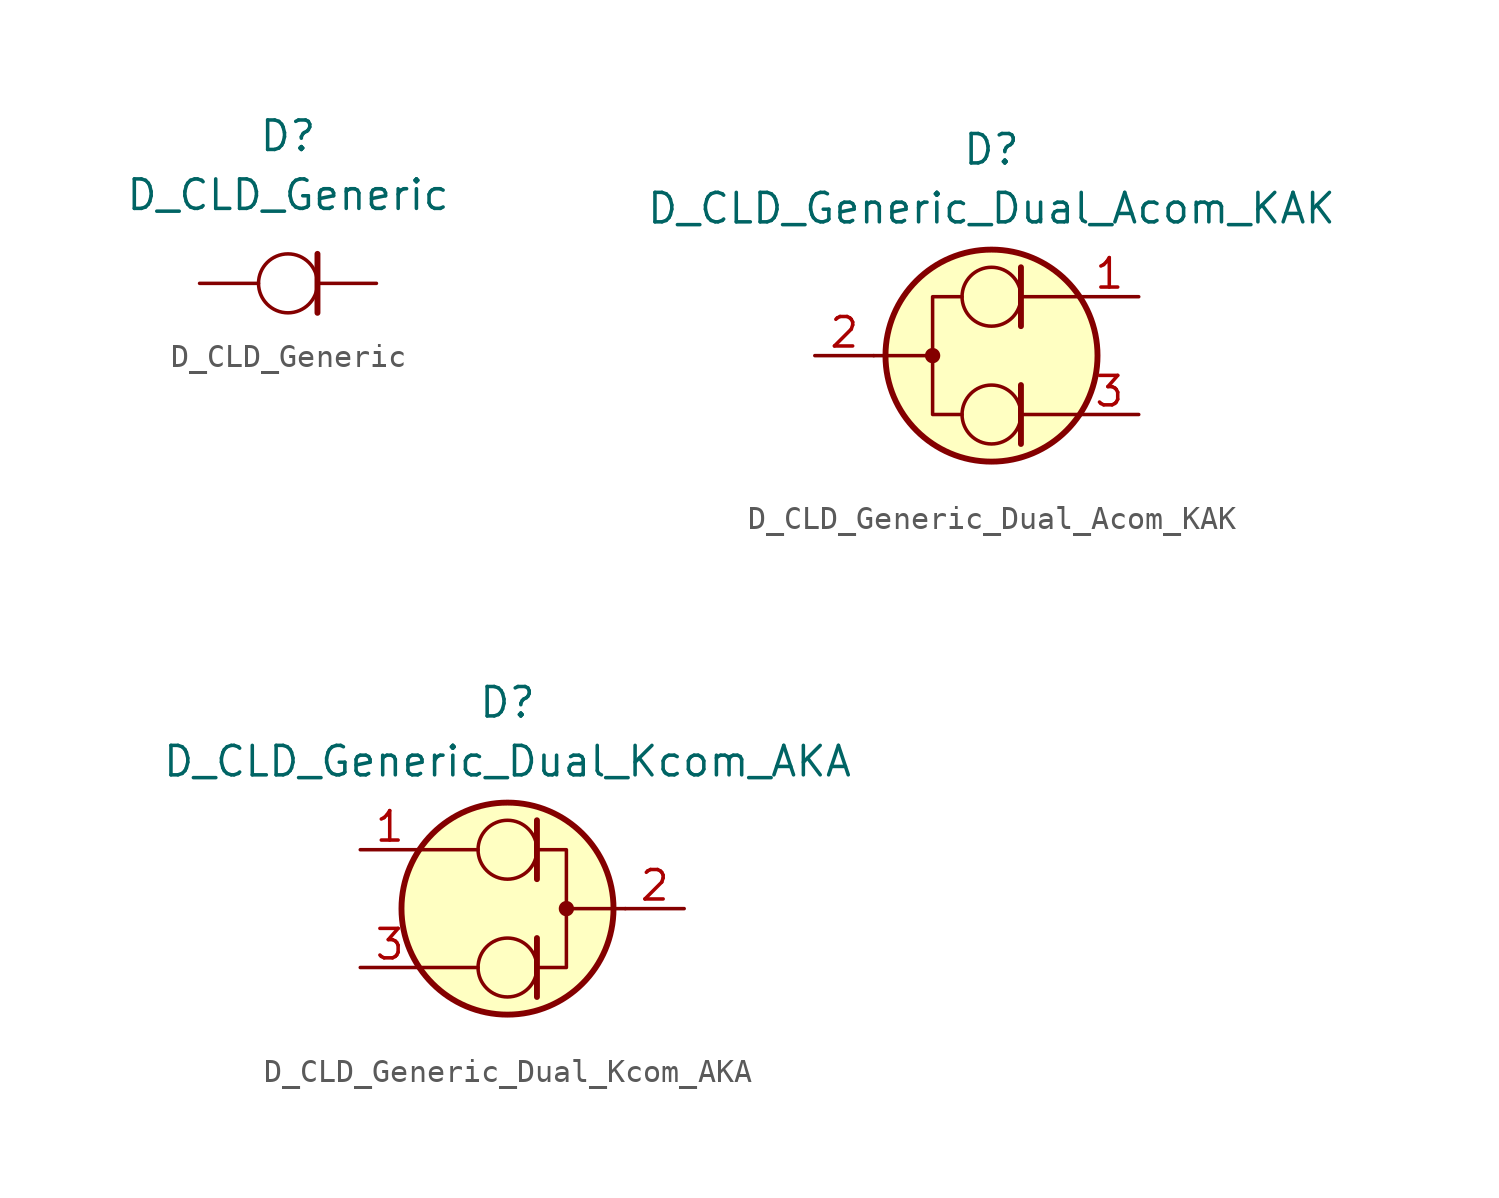
<source format=kicad_sym>
(kicad_symbol_lib
  (version 20201005)
  (generator kicad_symbol_editor)
  (symbol "Diode_Current_Limiting_AKL:D_CLD_Generic"
    (pin_numbers hide)
    (pin_names hide)
    (property "Reference" "D"
      (at 0 6.35 0)
      (effects (font (size 1.27 1.27))))
    (property "Value" "D_CLD_Generic"
      (at 0 3.81 0)
      (effects (font (size 1.27 1.27))))
    (symbol "D_CLD_Generic_0_1"
      (circle (center 0 0) (radius 1.27) (stroke (width 0.152)) (fill (type none)))
      (polyline (pts (xy 1.27 1.27) (xy 1.27 -1.27)) (stroke (width 0.254)) (fill (type none))))
    (symbol "D_CLD_Generic_1_1"
      (pin passive line (at 3.81 0 180) (length 2.54) (name "K" (effects (font (size 1.27 1.27)))) (number "1" (effects (font (size 1.27 1.27)))))
      (pin passive line (at -3.81 0 0) (length 2.54) (name "A" (effects (font (size 1.27 1.27)))) (number "2" (effects (font (size 1.27 1.27)))))))
  (symbol "Diode_Current_Limiting_AKL:D_CLD_Generic_Dual_Acom_KAK"
    (pin_names
      (offset 1.016) hide)
    (property "Reference" "D"
      (at 0 8.89 0)
      (effects (font (size 1.27 1.27))))
    (property "Value" "D_CLD_Generic_Dual_Acom_KAK"
      (at 0 6.35 0)
      (effects (font (size 1.27 1.27))))
    (symbol "D_CLD_Generic_Dual_Acom_KAK_0_1"
      (circle (center 0 -2.54) (radius 1.27) (stroke (width 0.152)) (fill (type none)))
      (circle (center 0 2.54) (radius 1.27) (stroke (width 0.152)) (fill (type none)))
      (circle (center -2.54 0) (radius 0.254) (stroke (width 0)) (fill (type outline)))
      (circle (center 0 0) (radius 4.572) (stroke (width 0.254)) (fill (type background)))
      (polyline (pts (xy -5.08 0) (xy -2.54 0)) (stroke (width 0)) (fill (type none)))
      (polyline (pts (xy 1.27 -2.54) (xy 3.81 -2.54)) (stroke (width 0)) (fill (type none)))
      (polyline (pts (xy 1.27 -1.27) (xy 1.27 -3.81)) (stroke (width 0.254)) (fill (type none)))
      (polyline (pts (xy 1.27 2.54) (xy 3.81 2.54)) (stroke (width 0)) (fill (type none)))
      (polyline (pts (xy 1.27 3.81) (xy 1.27 1.27)) (stroke (width 0.254)) (fill (type none)))
      (polyline (pts (xy -1.27 -2.54) (xy -2.54 -2.54) (xy -2.54 2.54) (xy -1.27 2.54)) (stroke (width 0)) (fill (type none))))
    (symbol "D_CLD_Generic_Dual_Acom_KAK_1_1"
      (pin passive line (at 6.35 2.54 180) (length 2.54) (name "K1" (effects (font (size 1.27 1.27)))) (number "1" (effects (font (size 1.27 1.27)))))
      (pin passive line (at -7.62 0 0) (length 2.54) (name "A" (effects (font (size 1.27 1.27)))) (number "2" (effects (font (size 1.27 1.27)))))
      (pin passive line (at 6.35 -2.54 180) (length 2.54) (name "K2" (effects (font (size 1.27 1.27)))) (number "3" (effects (font (size 1.27 1.27)))))))
  (symbol "Diode_Current_Limiting_AKL:D_CLD_Generic_Dual_Kcom_AKA"
    (pin_names
      (offset 1.016) hide)
    (property "Reference" "D"
      (at 0 8.89 0)
      (effects (font (size 1.27 1.27))))
    (property "Value" "D_CLD_Generic_Dual_Kcom_AKA"
      (at 0 6.35 0)
      (effects (font (size 1.27 1.27))))
    (symbol "D_CLD_Generic_Dual_Kcom_AKA_0_1"
      (circle (center 0 -2.54) (radius 1.27) (stroke (width 0.152)) (fill (type none)))
      (circle (center 0 2.54) (radius 1.27) (stroke (width 0.152)) (fill (type none)))
      (circle (center 2.54 0) (radius 0.254) (stroke (width 0)) (fill (type outline)))
      (circle (center 0 0) (radius 4.572) (stroke (width 0.254)) (fill (type background)))
      (polyline (pts (xy -1.27 -2.54) (xy -3.81 -2.54)) (stroke (width 0)) (fill (type none)))
      (polyline (pts (xy -1.27 2.54) (xy -3.81 2.54)) (stroke (width 0)) (fill (type none)))
      (polyline (pts (xy 1.27 -3.81) (xy 1.27 -1.27)) (stroke (width 0.254)) (fill (type none)))
      (polyline (pts (xy 1.27 1.27) (xy 1.27 3.81)) (stroke (width 0.254)) (fill (type none)))
      (polyline (pts (xy 5.08 0) (xy 2.54 0)) (stroke (width 0)) (fill (type none)))
      (polyline (pts (xy 1.27 -2.54) (xy 2.54 -2.54) (xy 2.54 2.54) (xy 1.27 2.54)) (stroke (width 0)) (fill (type none))))
    (symbol "D_CLD_Generic_Dual_Kcom_AKA_1_1"
      (pin passive line (at -6.35 2.54 0) (length 2.54) (name "A2" (effects (font (size 1.27 1.27)))) (number "1" (effects (font (size 1.27 1.27)))))
      (pin passive line (at 7.62 0 180) (length 2.54) (name "K" (effects (font (size 1.27 1.27)))) (number "2" (effects (font (size 1.27 1.27)))))
      (pin passive line (at -6.35 -2.54 0) (length 2.54) (name "A1" (effects (font (size 1.27 1.27)))) (number "3" (effects (font (size 1.27 1.27))))))))
</source>
